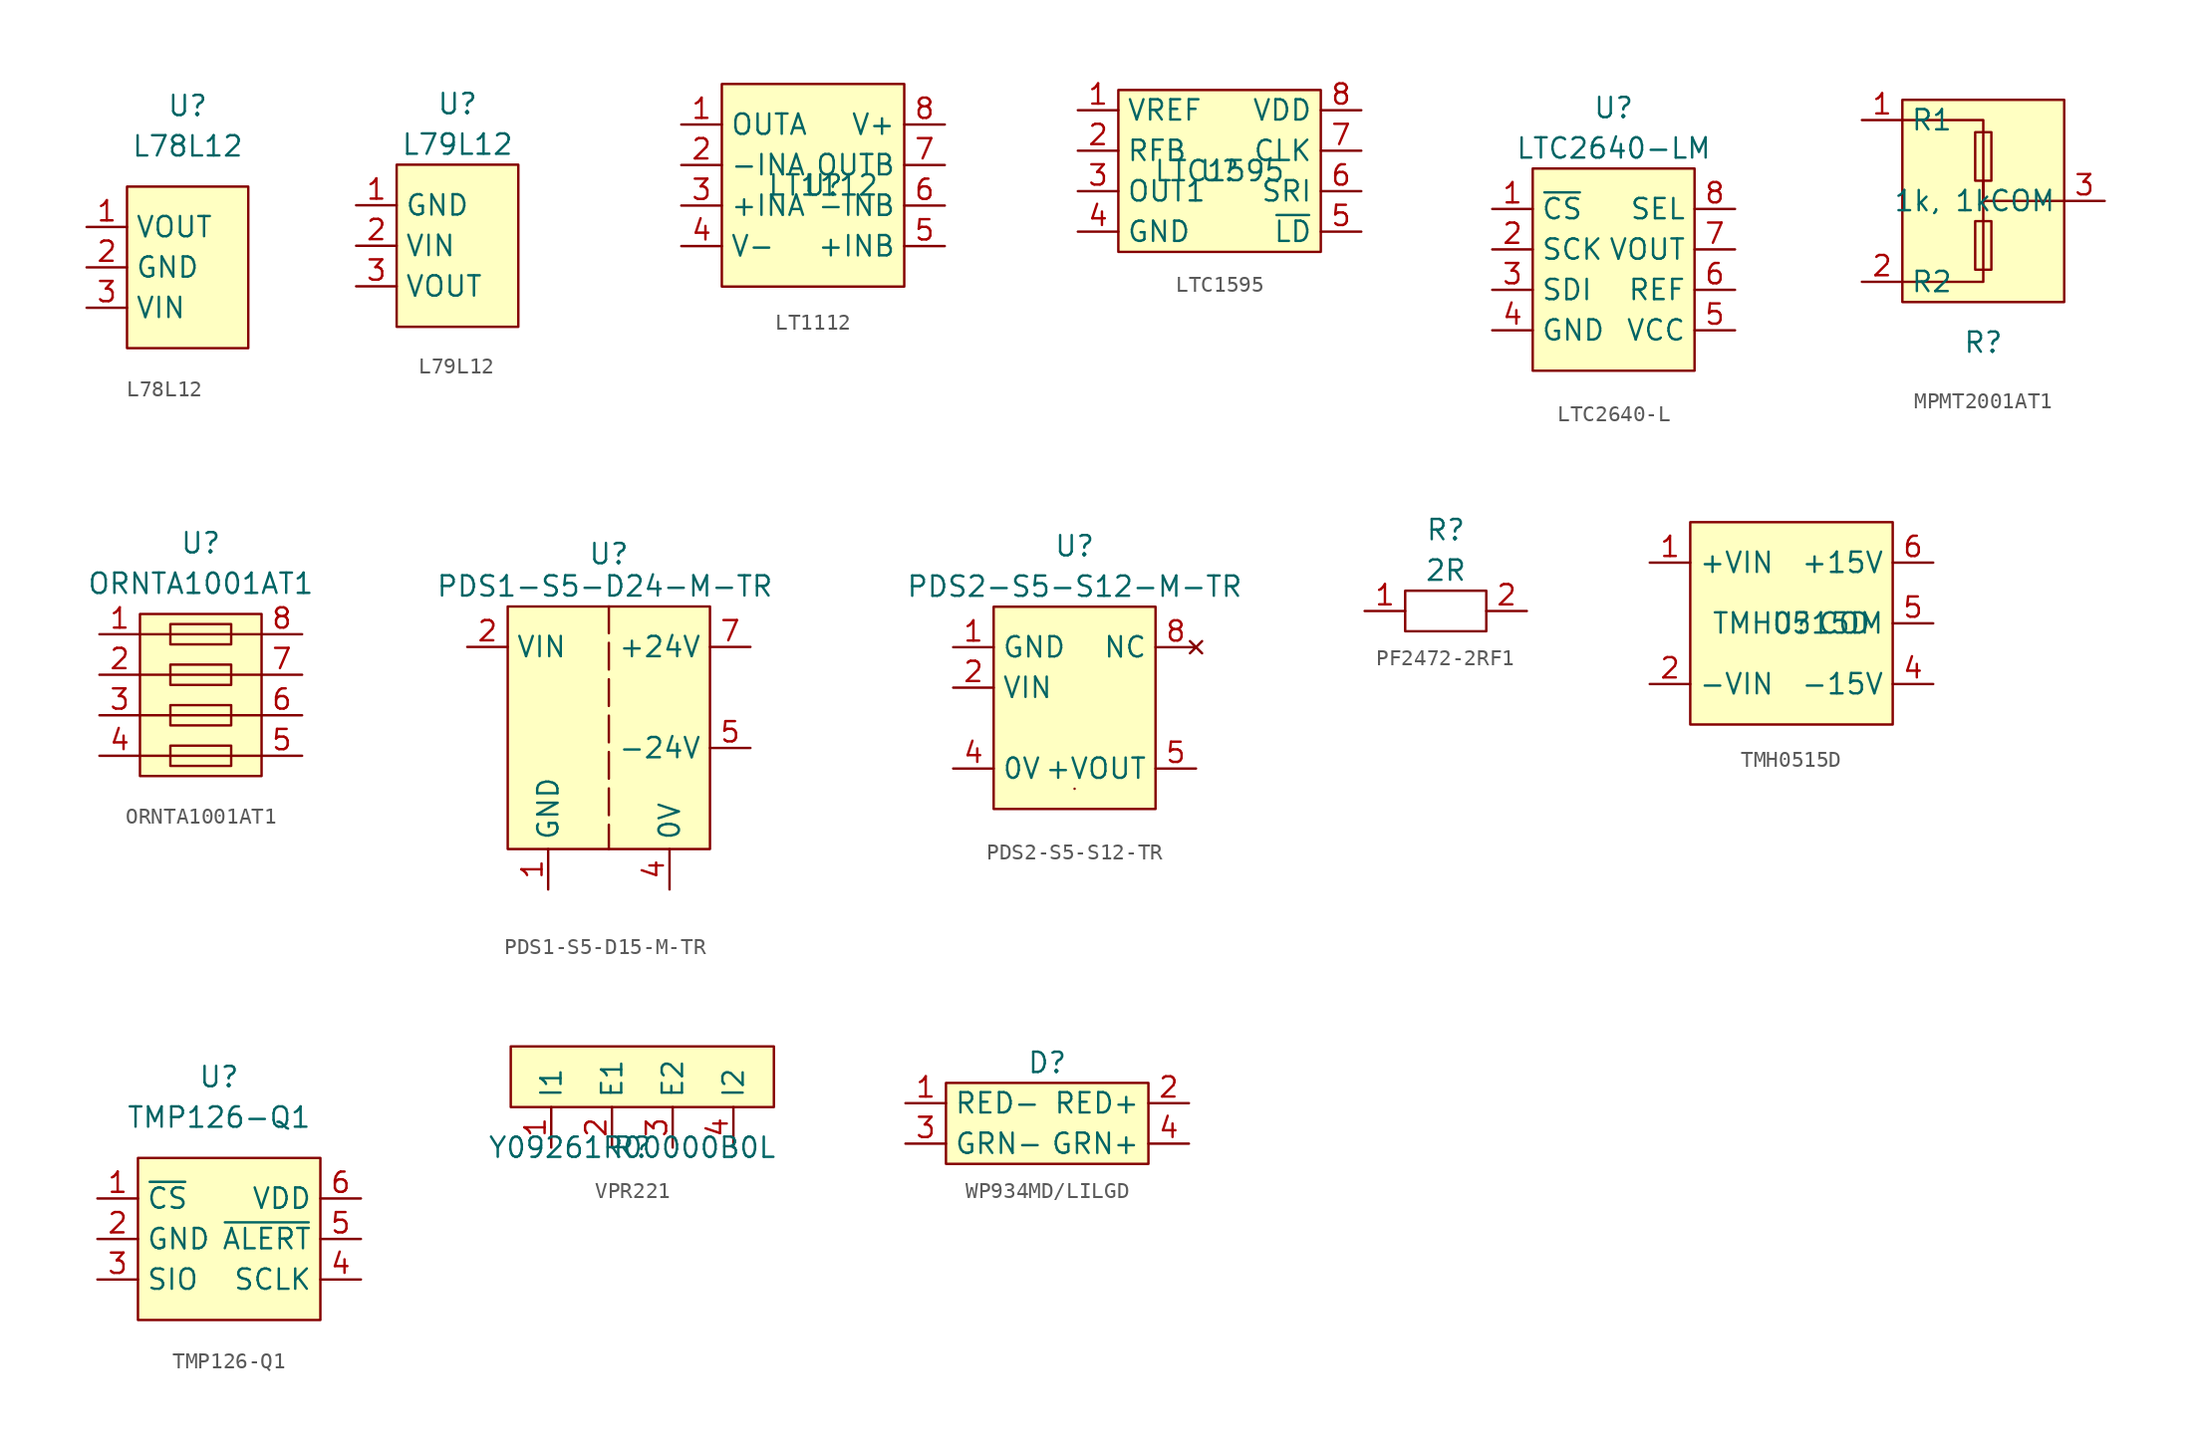
<source format=kicad_sym>
(kicad_symbol_lib
  (version 20241209)
  (generator "kicad_symbol_editor")
  (generator_version "9.0")
  (symbol "L78L12"
    (property "Reference" "U"
      (at 0 8.89 0)
      (effects (font (size 1.27 1.27))))
    (property "Value" "L78L12"
      (at 0 6.35 0)
      (effects (font (size 1.27 1.27))))
    (symbol "L78L12_1_1"
      (rectangle (start -3.81 3.81) (end 3.81 -6.35) (stroke (width 0) (type default)) (fill (type background)))
      (pin power_out line (at -6.35 1.27 0) (length 2.54) (name "VOUT" (effects (font (size 1.27 1.27)))) (number "1" (effects (font (size 1.27 1.27)))))
      (pin power_in line (at -6.35 -1.27 0) (length 2.54) (name "GND" (effects (font (size 1.27 1.27)))) (number "2" (effects (font (size 1.27 1.27)))))
      (pin power_in line (at -6.35 -3.81 0) (length 2.54) (name "VIN" (effects (font (size 1.27 1.27)))) (number "3" (effects (font (size 1.27 1.27)))))))
  (symbol "L79L12"
    (property "Reference" "U"
      (at 0 8.89 0)
      (effects (font (size 1.27 1.27))))
    (property "Value" "L79L12"
      (at 0 6.35 0)
      (effects (font (size 1.27 1.27))))
    (symbol "L79L12_0_0"
      (text "" (at 6.35 -1.27 0) (effects (font (size 1.27 1.27)))))
    (symbol "L79L12_1_1"
      (rectangle (start -3.81 5.08) (end 3.81 -5.08) (stroke (width 0) (type default)) (fill (type background)))
      (pin power_in line (at -6.35 2.54 0) (length 2.54) (name "GND" (effects (font (size 1.27 1.27)))) (number "1" (effects (font (size 1.27 1.27)))))
      (pin power_in line (at -6.35 0 0) (length 2.54) (name "VIN" (effects (font (size 1.27 1.27)))) (number "2" (effects (font (size 1.27 1.27)))))
      (pin power_out line (at -6.35 -2.54 0) (length 2.54) (name "VOUT" (effects (font (size 1.27 1.27)))) (number "3" (effects (font (size 1.27 1.27)))))))
  (symbol "LT1112"
    (property "Reference" "U"
      (at 0 0 0)
      (effects (font (size 1.27 1.27))))
    (property "Value" "LT1112"
      (at 0 0 0)
      (effects (font (size 1.27 1.27))))
    (symbol "LT1112_1_1"
      (rectangle (start -6.35 6.35) (end 5.08 -6.35) (stroke (width 0) (type default)) (fill (type background)))
      (pin output line (at -8.89 3.81 0) (length 2.54) (name "OUTA" (effects (font (size 1.27 1.27)))) (number "1" (effects (font (size 1.27 1.27)))))
      (pin input line (at -8.89 1.27 0) (length 2.54) (name "-INA" (effects (font (size 1.27 1.27)))) (number "2" (effects (font (size 1.27 1.27)))))
      (pin input line (at -8.89 -1.27 0) (length 2.54) (name "+INA" (effects (font (size 1.27 1.27)))) (number "3" (effects (font (size 1.27 1.27)))))
      (pin power_in line (at -8.89 -3.81 0) (length 2.54) (name "V-" (effects (font (size 1.27 1.27)))) (number "4" (effects (font (size 1.27 1.27)))))
      (pin power_in line (at 7.62 3.81 180) (length 2.54) (name "V+" (effects (font (size 1.27 1.27)))) (number "8" (effects (font (size 1.27 1.27)))))
      (pin output line (at 7.62 1.27 180) (length 2.54) (name "OUTB" (effects (font (size 1.27 1.27)))) (number "7" (effects (font (size 1.27 1.27)))))
      (pin input line (at 7.62 -1.27 180) (length 2.54) (name "-INB" (effects (font (size 1.27 1.27)))) (number "6" (effects (font (size 1.27 1.27)))))
      (pin input line (at 7.62 -3.81 180) (length 2.54) (name "+INB" (effects (font (size 1.27 1.27)))) (number "5" (effects (font (size 1.27 1.27)))))))
  (symbol "LTC1595"
    (property "Reference" "U"
      (at 0 0 0)
      (effects (font (size 1.27 1.27))))
    (property "Value" "LTC1595"
      (at 0 0 0)
      (effects (font (size 1.27 1.27))))
    (symbol "LTC1595_1_1"
      (rectangle (start -6.35 5.08) (end 6.35 -5.08) (stroke (width 0) (type default)) (fill (type background)))
      (pin input line (at -8.89 3.81 0) (length 2.54) (name "VREF" (effects (font (size 1.27 1.27)))) (number "1" (effects (font (size 1.27 1.27)))))
      (pin input line (at -8.89 1.27 0) (length 2.54) (name "RFB" (effects (font (size 1.27 1.27)))) (number "2" (effects (font (size 1.27 1.27)))))
      (pin output line (at -8.89 -1.27 0) (length 2.54) (name "OUT1" (effects (font (size 1.27 1.27)))) (number "3" (effects (font (size 1.27 1.27)))))
      (pin power_in line (at -8.89 -3.81 0) (length 2.54) (name "GND" (effects (font (size 1.27 1.27)))) (number "4" (effects (font (size 1.27 1.27)))))
      (pin power_in line (at 8.89 3.81 180) (length 2.54) (name "VDD" (effects (font (size 1.27 1.27)))) (number "8" (effects (font (size 1.27 1.27)))))
      (pin input line (at 8.89 1.27 180) (length 2.54) (name "CLK" (effects (font (size 1.27 1.27)))) (number "7" (effects (font (size 1.27 1.27)))))
      (pin input line (at 8.89 -1.27 180) (length 2.54) (name "SRI" (effects (font (size 1.27 1.27)))) (number "6" (effects (font (size 1.27 1.27)))))
      (pin input line (at 8.89 -3.81 180) (length 2.54) (name "~{LD}" (effects (font (size 1.27 1.27)))) (number "5" (effects (font (size 1.27 1.27)))))))
  (symbol "LTC2640-L"
    (property "Reference" "U"
      (at 0 10.16 0)
      (effects (font (size 1.27 1.27))))
    (property "Value" "LTC2640-LM"
      (at 0 7.62 0)
      (effects (font (size 1.27 1.27))))
    (symbol "LTC2640-L_1_1"
      (rectangle (start -5.08 6.35) (end 5.08 -6.35) (stroke (width 0) (type default)) (fill (type background)))
      (pin input line (at -7.62 3.81 0) (length 2.54) (name "~{CS}" (effects (font (size 1.27 1.27)))) (number "1" (effects (font (size 1.27 1.27)))))
      (pin input line (at -7.62 1.27 0) (length 2.54) (name "SCK" (effects (font (size 1.27 1.27)))) (number "2" (effects (font (size 1.27 1.27)))))
      (pin input line (at -7.62 -1.27 0) (length 2.54) (name "SDI" (effects (font (size 1.27 1.27)))) (number "3" (effects (font (size 1.27 1.27)))))
      (pin power_in line (at -7.62 -3.81 0) (length 2.54) (name "GND" (effects (font (size 1.27 1.27)))) (number "4" (effects (font (size 1.27 1.27)))))
      (pin power_in line (at 7.62 3.81 180) (length 2.54) (name "SEL" (effects (font (size 1.27 1.27)))) (number "8" (effects (font (size 1.27 1.27)))))
      (pin output line (at 7.62 1.27 180) (length 2.54) (name "VOUT" (effects (font (size 1.27 1.27)))) (number "7" (effects (font (size 1.27 1.27)))))
      (pin output line (at 7.62 -1.27 180) (length 2.54) (name "REF" (effects (font (size 1.27 1.27)))) (number "6" (effects (font (size 1.27 1.27)))))
      (pin power_in line (at 7.62 -3.81 180) (length 2.54) (name "VCC" (effects (font (size 1.27 1.27)))) (number "5" (effects (font (size 1.27 1.27)))))))
  (symbol "MPMT2001AT1"
    (property "Reference" "R"
      (at 0 -8.89 0)
      (effects (font (size 1.27 1.27))))
    (property "Value" "1k, 1k"
      (at -2.54 0 0)
      (effects (font (size 1.27 1.27))))
    (symbol "MPMT2001AT1_1_1"
      (rectangle (start -5.08 6.35) (end 5.08 -6.35) (stroke (width 0) (type default)) (fill (type background)))
      (polyline (pts (xy -5.08 5.08) (xy 0 5.08) (xy 0 0) (xy 5.08 0)) (stroke (width 0) (type default)) (fill (type none)))
      (rectangle (start -0.508 4.318) (end 0.508 1.27) (stroke (width 0) (type default)) (fill (type none)))
      (rectangle (start -0.508 -1.27) (end 0.508 -4.318) (stroke (width 0) (type default)) (fill (type none)))
      (polyline (pts (xy 0 1.27) (xy 0 -5.08) (xy -5.08 -5.08)) (stroke (width 0) (type default)) (fill (type none)))
      (pin input line (at -7.62 5.08 0) (length 2.54) (name "R1" (effects (font (size 1.27 1.27)))) (number "1" (effects (font (size 1.27 1.27)))))
      (pin input line (at -7.62 -5.08 0) (length 2.54) (name "R2" (effects (font (size 1.27 1.27)))) (number "2" (effects (font (size 1.27 1.27)))))
      (pin input line (at 7.62 0 180) (length 2.54) (name "COM" (effects (font (size 1.27 1.27)))) (number "3" (effects (font (size 1.27 1.27)))))))
  (symbol "ORNTA1001AT1"
    (property "Reference" "U"
      (at 0 9.525 0)
      (effects (font (size 1.27 1.27))))
    (property "Value" "ORNTA1001AT1"
      (at 0 6.985 0)
      (effects (font (size 1.27 1.27))))
    (symbol "ORNTA1001AT1_0_1"
      (polyline (pts (xy -3.81 3.81) (xy 3.81 3.81)) (stroke (width 0) (type default)) (fill (type none)))
      (polyline (pts (xy -3.81 1.27) (xy 3.81 1.27)) (stroke (width 0) (type default)) (fill (type none)))
      (polyline (pts (xy -3.81 -1.27) (xy 3.81 -1.27)) (stroke (width 0) (type default)) (fill (type none)))
      (polyline (pts (xy -3.81 -3.81) (xy 3.81 -3.81)) (stroke (width 0) (type default)) (fill (type none)))
      (rectangle (start -1.905 4.445) (end 1.905 3.175) (stroke (width 0) (type default)) (fill (type none)))
      (rectangle (start -1.905 1.905) (end 1.905 0.635) (stroke (width 0) (type default)) (fill (type none)))
      (rectangle (start -1.905 -0.635) (end 1.905 -1.905) (stroke (width 0) (type default)) (fill (type none)))
      (rectangle (start -1.905 -3.175) (end 1.905 -4.445) (stroke (width 0) (type default)) (fill (type none))))
    (symbol "ORNTA1001AT1_1_1"
      (rectangle (start -3.81 5.08) (end 3.81 -5.08) (stroke (width 0) (type default)) (fill (type background)))
      (pin bidirectional line (at -6.35 3.81 0) (length 2.54) (name "" (effects (font (size 1.27 1.27)))) (number "1" (effects (font (size 1.27 1.27)))))
      (pin bidirectional line (at -6.35 1.27 0) (length 2.54) (name "" (effects (font (size 1.27 1.27)))) (number "2" (effects (font (size 1.27 1.27)))))
      (pin bidirectional line (at -6.35 -1.27 0) (length 2.54) (name "" (effects (font (size 1.27 1.27)))) (number "3" (effects (font (size 1.27 1.27)))))
      (pin bidirectional line (at -6.35 -3.81 0) (length 2.54) (name "" (effects (font (size 1.27 1.27)))) (number "4" (effects (font (size 1.27 1.27)))))
      (pin bidirectional line (at 6.35 3.81 180) (length 2.54) (name "" (effects (font (size 1.27 1.27)))) (number "8" (effects (font (size 1.27 1.27)))))
      (pin bidirectional line (at 6.35 1.27 180) (length 2.54) (name "" (effects (font (size 1.27 1.27)))) (number "7" (effects (font (size 1.27 1.27)))))
      (pin bidirectional line (at 6.35 -1.27 180) (length 2.54) (name "" (effects (font (size 1.27 1.27)))) (number "6" (effects (font (size 1.27 1.27)))))
      (pin bidirectional line (at 6.35 -3.81 180) (length 2.54) (name "" (effects (font (size 1.27 1.27)))) (number "5" (effects (font (size 1.27 1.27)))))))
  (symbol "PDS1-S5-D15-M-TR"
    (property "Reference" "U"
      (at 0 10.922 0)
      (effects (font (size 1.27 1.27))))
    (property "Value" "PDS1-S5-D24-M-TR"
      (at -0.254 8.89 0)
      (effects (font (size 1.27 1.27))))
    (symbol "PDS1-S5-D15-M-TR_1_1"
      (rectangle (start -6.35 7.62) (end 6.35 -7.62) (stroke (width 0) (type default)) (fill (type background)))
      (polyline (pts (xy 0 7.62) (xy 0 -7.62)) (stroke (width 0) (type dash)) (fill (type none)))
      (pin power_in line (at -8.89 5.08 0) (length 2.54) (name "VIN" (effects (font (size 1.27 1.27)))) (number "2" (effects (font (size 1.27 1.27)))))
      (pin no_connect line (at -8.89 -1.27 0) (length 2.54) (hide yes) (name "NC" (effects (font (size 1.27 1.27)))) (number "10" (effects (font (size 1.27 1.27)))))
      (pin power_in line (at -3.81 -10.16 90) (length 2.54) (name "GND" (effects (font (size 1.27 1.27)))) (number "1" (effects (font (size 1.27 1.27)))))
      (pin power_in line (at 3.81 -10.16 90) (length 2.54) (name "0V" (effects (font (size 1.27 1.27)))) (number "4" (effects (font (size 1.27 1.27)))))
      (pin power_out line (at 8.89 5.08 180) (length 2.54) (name "+24V" (effects (font (size 1.27 1.27)))) (number "7" (effects (font (size 1.27 1.27)))))
      (pin power_out line (at 8.89 -1.27 180) (length 2.54) (name "-24V" (effects (font (size 1.27 1.27)))) (number "5" (effects (font (size 1.27 1.27)))))))
  (symbol "PDS2-S5-S12-TR"
    (property "Reference" "U"
      (at 0 10.16 0)
      (effects (font (size 1.27 1.27))))
    (property "Value" "PDS2-S5-S12-M-TR"
      (at 0 7.62 0)
      (effects (font (size 1.27 1.27))))
    (symbol "PDS2-S5-S12-TR_0_1"
      (rectangle (start 0 -5.08) (end 0 -5.08) (stroke (width 0) (type default)) (fill (type none))))
    (symbol "PDS2-S5-S12-TR_1_1"
      (rectangle (start -5.08 6.35) (end 5.08 -6.35) (stroke (width 0) (type default)) (fill (type background)))
      (pin power_in line (at -7.62 3.81 0) (length 2.54) (name "GND" (effects (font (size 1.27 1.27)))) (number "1" (effects (font (size 1.27 1.27)))))
      (pin power_in line (at -7.62 1.27 0) (length 2.54) (name "VIN" (effects (font (size 1.27 1.27)))) (number "2" (effects (font (size 1.27 1.27)))))
      (pin power_out line (at -7.62 -3.81 0) (length 2.54) (name "0V" (effects (font (size 1.27 1.27)))) (number "4" (effects (font (size 1.27 1.27)))))
      (pin no_connect line (at 7.62 3.81 180) (length 2.54) (name "NC" (effects (font (size 1.27 1.27)))) (number "8" (effects (font (size 1.27 1.27)))))
      (pin power_out line (at 7.62 -3.81 180) (length 2.54) (name "+VOUT" (effects (font (size 1.27 1.27)))) (number "5" (effects (font (size 1.27 1.27)))))))
  (symbol "PF2472-2RF1"
    (property "Reference" "R"
      (at 0 5.08 0)
      (effects (font (size 1.27 1.27))))
    (property "Value" "2R"
      (at 0 2.54 0)
      (effects (font (size 1.27 1.27))))
    (symbol "PF2472-2RF1_0_1"
      (rectangle (start -2.54 1.27) (end 2.54 -1.27) (stroke (width 0) (type default)) (fill (type none))))
    (symbol "PF2472-2RF1_1_1"
      (pin input line (at -5.08 0 0) (length 2.54) (name "" (effects (font (size 1.27 1.27)))) (number "1" (effects (font (size 1.27 1.27)))))
      (pin input line (at 5.08 0 180) (length 2.54) (name "" (effects (font (size 1.27 1.27)))) (number "2" (effects (font (size 1.27 1.27)))))))
  (symbol "TMH0515D"
    (property "Reference" "U"
      (at 0 0 0)
      (effects (font (size 1.27 1.27))))
    (property "Value" "TMH0515D"
      (at 0 0 0)
      (effects (font (size 1.27 1.27))))
    (symbol "TMH0515D_1_1"
      (rectangle (start -6.35 6.35) (end 6.35 -6.35) (stroke (width 0) (type default)) (fill (type background)))
      (pin power_in line (at -8.89 3.81 0) (length 2.54) (name "+VIN" (effects (font (size 1.27 1.27)))) (number "1" (effects (font (size 1.27 1.27)))))
      (pin power_in line (at -8.89 -3.81 0) (length 2.54) (name "-VIN" (effects (font (size 1.27 1.27)))) (number "2" (effects (font (size 1.27 1.27)))))
      (pin power_out line (at 8.89 3.81 180) (length 2.54) (name "+15V" (effects (font (size 1.27 1.27)))) (number "6" (effects (font (size 1.27 1.27)))))
      (pin power_out line (at 8.89 0 180) (length 2.54) (name "COM" (effects (font (size 1.27 1.27)))) (number "5" (effects (font (size 1.27 1.27)))))
      (pin power_out line (at 8.89 -3.81 180) (length 2.54) (name "-15V" (effects (font (size 1.27 1.27)))) (number "4" (effects (font (size 1.27 1.27)))))))
  (symbol "TMP126-Q1"
    (property "Reference" "U"
      (at 0 10.16 0)
      (effects (font (size 1.27 1.27))))
    (property "Value" "TMP126-Q1"
      (at 0 7.62 0)
      (effects (font (size 1.27 1.27))))
    (symbol "TMP126-Q1_1_1"
      (rectangle (start -5.08 5.08) (end 6.35 -5.08) (stroke (width 0) (type default)) (fill (type background)))
      (pin input line (at -7.62 2.54 0) (length 2.54) (name "~{CS}" (effects (font (size 1.27 1.27)))) (number "1" (effects (font (size 1.27 1.27)))))
      (pin power_in line (at -7.62 0 0) (length 2.54) (name "GND" (effects (font (size 1.27 1.27)))) (number "2" (effects (font (size 1.27 1.27)))))
      (pin bidirectional line (at -7.62 -2.54 0) (length 2.54) (name "SIO" (effects (font (size 1.27 1.27)))) (number "3" (effects (font (size 1.27 1.27)))))
      (pin power_in line (at 8.89 2.54 180) (length 2.54) (name "VDD" (effects (font (size 1.27 1.27)))) (number "6" (effects (font (size 1.27 1.27)))))
      (pin output line (at 8.89 0 180) (length 2.54) (name "~{ALERT}" (effects (font (size 1.27 1.27)))) (number "5" (effects (font (size 1.27 1.27)))))
      (pin input line (at 8.89 -2.54 180) (length 2.54) (name "SCLK" (effects (font (size 1.27 1.27)))) (number "4" (effects (font (size 1.27 1.27)))))))
  (symbol "VPR221"
    (property "Reference" "R"
      (at 0 0 0)
      (effects (font (size 1.27 1.27))))
    (property "Value" "Y09261R00000B0L"
      (at 0 0 0)
      (effects (font (size 1.27 1.27))))
    (symbol "VPR221_1_1"
      (rectangle (start -7.62 6.35) (end 8.89 2.54) (stroke (width 0) (type default)) (fill (type background)))
      (pin input line (at -5.08 0 90) (length 2.54) (name "I1" (effects (font (size 1.27 1.27)))) (number "1" (effects (font (size 1.27 1.27)))))
      (pin output line (at -1.27 0 90) (length 2.54) (name "E1" (effects (font (size 1.27 1.27)))) (number "2" (effects (font (size 1.27 1.27)))))
      (pin output line (at 2.54 0 90) (length 2.54) (name "E2" (effects (font (size 1.27 1.27)))) (number "3" (effects (font (size 1.27 1.27)))))
      (pin output line (at 6.35 0 90) (length 2.54) (name "I2" (effects (font (size 1.27 1.27)))) (number "4" (effects (font (size 1.27 1.27)))))))
  (symbol "WP934MD/LILGD"
    (property "Reference" "D"
      (at 0 3.81 0)
      (effects (font (size 1.27 1.27))))
    (property "Value" ""
      (at 0 0 0)
      (effects (font (size 1.27 1.27))))
    (symbol "WP934MD/LILGD_1_1"
      (rectangle (start -6.35 2.54) (end 6.35 -2.54) (stroke (width 0) (type default)) (fill (type background)))
      (pin input line (at -8.89 1.27 0) (length 2.54) (name "RED-" (effects (font (size 1.27 1.27)))) (number "1" (effects (font (size 1.27 1.27)))))
      (pin input line (at -8.89 -1.27 0) (length 2.54) (name "GRN-" (effects (font (size 1.27 1.27)))) (number "3" (effects (font (size 1.27 1.27)))))
      (pin output line (at 8.89 1.27 180) (length 2.54) (name "RED+" (effects (font (size 1.27 1.27)))) (number "2" (effects (font (size 1.27 1.27)))))
      (pin output line (at 8.89 -1.27 180) (length 2.54) (name "GRN+" (effects (font (size 1.27 1.27)))) (number "4" (effects (font (size 1.27 1.27))))))))
</source>
